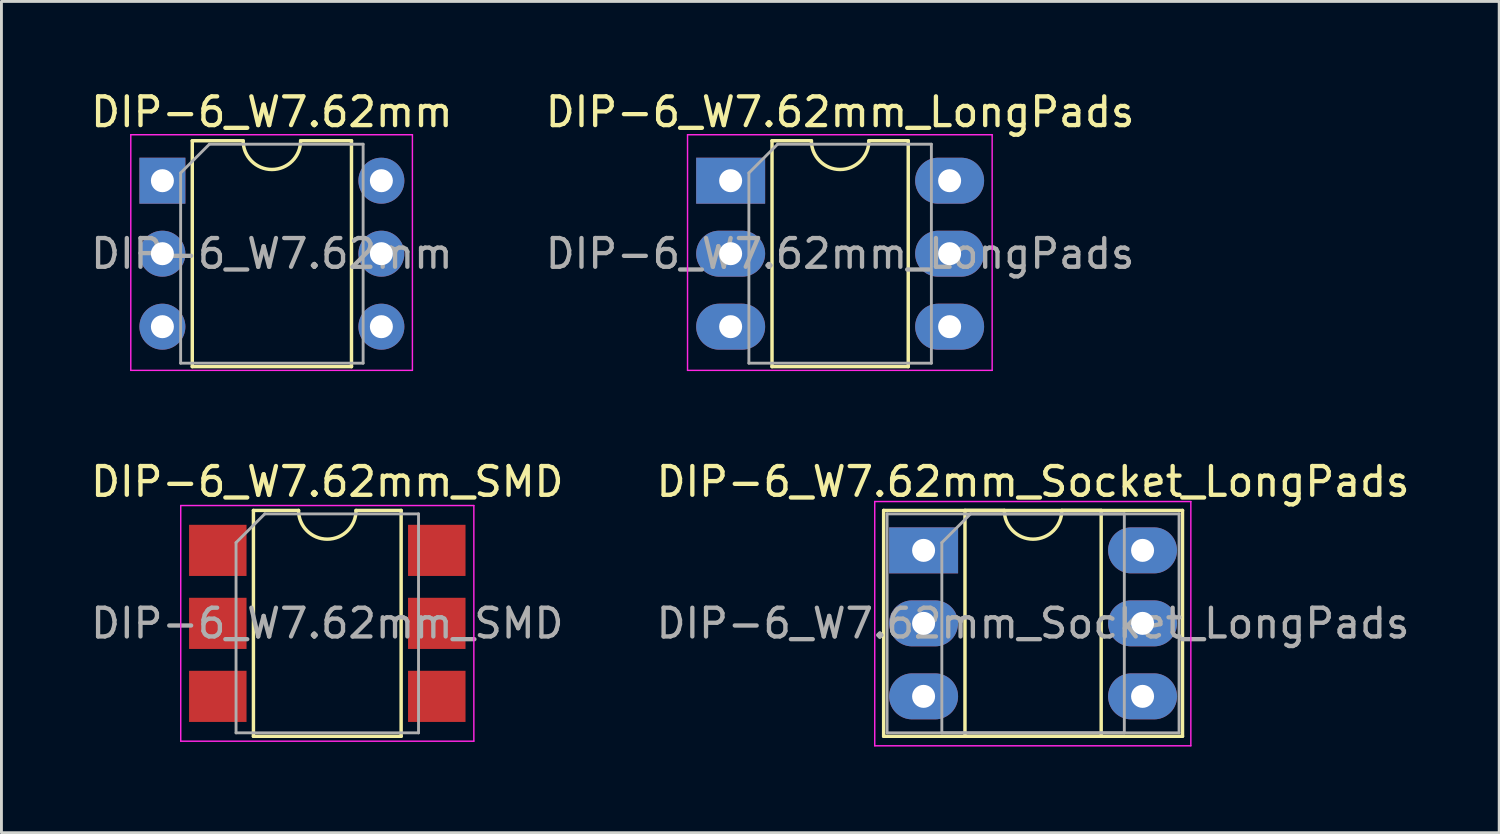
<source format=kicad_pcb>
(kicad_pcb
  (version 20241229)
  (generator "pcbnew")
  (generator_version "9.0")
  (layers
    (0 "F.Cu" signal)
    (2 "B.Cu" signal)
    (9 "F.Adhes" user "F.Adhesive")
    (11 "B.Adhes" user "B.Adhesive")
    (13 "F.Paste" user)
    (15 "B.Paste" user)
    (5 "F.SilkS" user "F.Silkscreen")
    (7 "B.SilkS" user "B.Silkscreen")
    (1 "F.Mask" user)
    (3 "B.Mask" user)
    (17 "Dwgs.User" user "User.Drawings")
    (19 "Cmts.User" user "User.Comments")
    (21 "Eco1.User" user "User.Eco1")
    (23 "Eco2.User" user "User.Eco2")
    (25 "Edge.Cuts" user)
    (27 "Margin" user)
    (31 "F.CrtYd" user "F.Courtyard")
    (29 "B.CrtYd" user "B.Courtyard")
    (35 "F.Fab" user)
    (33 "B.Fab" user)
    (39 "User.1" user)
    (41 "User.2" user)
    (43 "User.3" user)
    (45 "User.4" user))
  (footprint "DIP-6_W7.62mm_Socket_LongPads"
    (layer "F.Cu")
    (at 29.089 16.102)
    (property "Reference" "DIP-6_W7.62mm_Socket_LongPads" (at 3.81 -2.39 0) (layer "F.SilkS") (effects (font (size 1 1) (thickness 0.15))))
    (attr through_hole)
    (fp_line (start -1.39 -1.39) (end -1.39 6.47) (stroke (width 0.12) (type solid)) (layer "F.SilkS"))
    (fp_line (start -1.39 6.47) (end 9.01 6.47) (stroke (width 0.12) (type solid)) (layer "F.SilkS"))
    (fp_line (start 1.44 -1.39) (end 1.44 6.47) (stroke (width 0.12) (type solid)) (layer "F.SilkS"))
    (fp_line (start 1.44 6.47) (end 6.18 6.47) (stroke (width 0.12) (type solid)) (layer "F.SilkS"))
    (fp_line (start 2.81 -1.39) (end 1.44 -1.39) (stroke (width 0.12) (type solid)) (layer "F.SilkS"))
    (fp_line (start 6.18 -1.39) (end 4.81 -1.39) (stroke (width 0.12) (type solid)) (layer "F.SilkS"))
    (fp_line (start 6.18 6.47) (end 6.18 -1.39) (stroke (width 0.12) (type solid)) (layer "F.SilkS"))
    (fp_line (start 9.01 -1.39) (end -1.39 -1.39) (stroke (width 0.12) (type solid)) (layer "F.SilkS"))
    (fp_line (start 9.01 6.47) (end 9.01 -1.39) (stroke (width 0.12) (type solid)) (layer "F.SilkS"))
    (fp_arc (start 4.81 -1.39) (mid 3.81 -0.39) (end 2.81 -1.39) (stroke (width 0.12) (type solid)) (layer "F.SilkS"))
    (fp_line (start -1.7 -1.7) (end -1.7 6.8) (stroke (width 0.05) (type solid)) (layer "F.CrtYd"))
    (fp_line (start -1.7 6.8) (end 9.3 6.8) (stroke (width 0.05) (type solid)) (layer "F.CrtYd"))
    (fp_line (start 9.3 -1.7) (end -1.7 -1.7) (stroke (width 0.05) (type solid)) (layer "F.CrtYd"))
    (fp_line (start 9.3 6.8) (end 9.3 -1.7) (stroke (width 0.05) (type solid)) (layer "F.CrtYd"))
    (fp_line (start -1.27 -1.27) (end -1.27 6.35) (stroke (width 0.1) (type solid)) (layer "F.Fab"))
    (fp_line (start -1.27 6.35) (end 8.89 6.35) (stroke (width 0.1) (type solid)) (layer "F.Fab"))
    (fp_line (start 0.635 -0.27) (end 1.635 -1.27) (stroke (width 0.1) (type solid)) (layer "F.Fab"))
    (fp_line (start 0.635 6.35) (end 0.635 -0.27) (stroke (width 0.1) (type solid)) (layer "F.Fab"))
    (fp_line (start 1.635 -1.27) (end 6.985 -1.27) (stroke (width 0.1) (type solid)) (layer "F.Fab"))
    (fp_line (start 6.985 -1.27) (end 6.985 6.35) (stroke (width 0.1) (type solid)) (layer "F.Fab"))
    (fp_line (start 6.985 6.35) (end 0.635 6.35) (stroke (width 0.1) (type solid)) (layer "F.Fab"))
    (fp_line (start 8.89 -1.27) (end -1.27 -1.27) (stroke (width 0.1) (type solid)) (layer "F.Fab"))
    (fp_line (start 8.89 6.35) (end 8.89 -1.27) (stroke (width 0.1) (type solid)) (layer "F.Fab"))
    (fp_text user "${REFERENCE}" (at 3.81 2.54 0) (layer "F.Fab") (effects (font (size 1 1) (thickness 0.15))))
    (pad "1" thru_hole rect (at 0 0) (size 2.4 1.6) (drill 0.8) (layers "*.Cu" "*.Mask"))
    (pad "2" thru_hole oval (at 0 2.54) (size 2.4 1.6) (drill 0.8) (layers "*.Cu" "*.Mask"))
    (pad "3" thru_hole oval (at 0 5.08) (size 2.4 1.6) (drill 0.8) (layers "*.Cu" "*.Mask"))
    (pad "4" thru_hole oval (at 7.62 5.08) (size 2.4 1.6) (drill 0.8) (layers "*.Cu" "*.Mask"))
    (pad "5" thru_hole oval (at 7.62 2.54) (size 2.4 1.6) (drill 0.8) (layers "*.Cu" "*.Mask"))
    (pad "6" thru_hole oval (at 7.62 0) (size 2.4 1.6) (drill 0.8) (layers "*.Cu" "*.Mask")))
  (footprint "DIP-6_W7.62mm_SMD"
    (layer "F.Cu")
    (at 8.339 18.642)
    (property "Reference" "DIP-6_W7.62mm_SMD" (at 0 -4.93 0) (layer "F.SilkS") (effects (font (size 1 1) (thickness 0.15))))
    (attr smd)
    (fp_line (start -2.57 -3.93) (end -2.57 3.93) (stroke (width 0.12) (type solid)) (layer "F.SilkS"))
    (fp_line (start -2.57 3.93) (end 2.57 3.93) (stroke (width 0.12) (type solid)) (layer "F.SilkS"))
    (fp_line (start -1 -3.93) (end -2.57 -3.93) (stroke (width 0.12) (type solid)) (layer "F.SilkS"))
    (fp_line (start 2.57 -3.93) (end 1 -3.93) (stroke (width 0.12) (type solid)) (layer "F.SilkS"))
    (fp_line (start 2.57 3.93) (end 2.57 -3.93) (stroke (width 0.12) (type solid)) (layer "F.SilkS"))
    (fp_arc (start 1 -3.93) (mid 0 -2.93) (end -1 -3.93) (stroke (width 0.12) (type solid)) (layer "F.SilkS"))
    (fp_line (start -5.1 -4.1) (end -5.1 4.1) (stroke (width 0.05) (type solid)) (layer "F.CrtYd"))
    (fp_line (start -5.1 4.1) (end 5.1 4.1) (stroke (width 0.05) (type solid)) (layer "F.CrtYd"))
    (fp_line (start 5.1 -4.1) (end -5.1 -4.1) (stroke (width 0.05) (type solid)) (layer "F.CrtYd"))
    (fp_line (start 5.1 4.1) (end 5.1 -4.1) (stroke (width 0.05) (type solid)) (layer "F.CrtYd"))
    (fp_line (start -3.175 -2.81) (end -2.175 -3.81) (stroke (width 0.1) (type solid)) (layer "F.Fab"))
    (fp_line (start -3.175 3.81) (end -3.175 -2.81) (stroke (width 0.1) (type solid)) (layer "F.Fab"))
    (fp_line (start -2.175 -3.81) (end 3.175 -3.81) (stroke (width 0.1) (type solid)) (layer "F.Fab"))
    (fp_line (start 3.175 -3.81) (end 3.175 3.81) (stroke (width 0.1) (type solid)) (layer "F.Fab"))
    (fp_line (start 3.175 3.81) (end -3.175 3.81) (stroke (width 0.1) (type solid)) (layer "F.Fab"))
    (fp_text user "${REFERENCE}" (at 0 0 0) (layer "F.Fab") (effects (font (size 1 1) (thickness 0.15))))
    (pad "1" smd rect (at -3.81 -2.54) (size 2 1.78) (layers "F.Cu" "F.Mask" "F.Paste"))
    (pad "2" smd rect (at -3.81 0) (size 2 1.78) (layers "F.Cu" "F.Mask" "F.Paste"))
    (pad "3" smd rect (at -3.81 2.54) (size 2 1.78) (layers "F.Cu" "F.Mask" "F.Paste"))
    (pad "4" smd rect (at 3.81 2.54) (size 2 1.78) (layers "F.Cu" "F.Mask" "F.Paste"))
    (pad "5" smd rect (at 3.81 0) (size 2 1.78) (layers "F.Cu" "F.Mask" "F.Paste"))
    (pad "6" smd rect (at 3.81 -2.54) (size 2 1.78) (layers "F.Cu" "F.Mask" "F.Paste")))
  (footprint "DIP-6_W7.62mm_LongPads"
    (layer "F.Cu")
    (at 22.375 3.238)
    (property "Reference" "DIP-6_W7.62mm_LongPads" (at 3.81 -2.39 0) (layer "F.SilkS") (effects (font (size 1 1) (thickness 0.15))))
    (attr through_hole)
    (fp_line (start 1.44 -1.39) (end 1.44 6.47) (stroke (width 0.12) (type solid)) (layer "F.SilkS"))
    (fp_line (start 1.44 6.47) (end 6.18 6.47) (stroke (width 0.12) (type solid)) (layer "F.SilkS"))
    (fp_line (start 2.81 -1.39) (end 1.44 -1.39) (stroke (width 0.12) (type solid)) (layer "F.SilkS"))
    (fp_line (start 6.18 -1.39) (end 4.81 -1.39) (stroke (width 0.12) (type solid)) (layer "F.SilkS"))
    (fp_line (start 6.18 6.47) (end 6.18 -1.39) (stroke (width 0.12) (type solid)) (layer "F.SilkS"))
    (fp_arc (start 4.81 -1.39) (mid 3.81 -0.39) (end 2.81 -1.39) (stroke (width 0.12) (type solid)) (layer "F.SilkS"))
    (fp_line (start -1.5 -1.6) (end -1.5 6.6) (stroke (width 0.05) (type solid)) (layer "F.CrtYd"))
    (fp_line (start -1.5 6.6) (end 9.1 6.6) (stroke (width 0.05) (type solid)) (layer "F.CrtYd"))
    (fp_line (start 9.1 -1.6) (end -1.5 -1.6) (stroke (width 0.05) (type solid)) (layer "F.CrtYd"))
    (fp_line (start 9.1 6.6) (end 9.1 -1.6) (stroke (width 0.05) (type solid)) (layer "F.CrtYd"))
    (fp_line (start 0.635 -0.27) (end 1.635 -1.27) (stroke (width 0.1) (type solid)) (layer "F.Fab"))
    (fp_line (start 0.635 6.35) (end 0.635 -0.27) (stroke (width 0.1) (type solid)) (layer "F.Fab"))
    (fp_line (start 1.635 -1.27) (end 6.985 -1.27) (stroke (width 0.1) (type solid)) (layer "F.Fab"))
    (fp_line (start 6.985 -1.27) (end 6.985 6.35) (stroke (width 0.1) (type solid)) (layer "F.Fab"))
    (fp_line (start 6.985 6.35) (end 0.635 6.35) (stroke (width 0.1) (type solid)) (layer "F.Fab"))
    (fp_text user "${REFERENCE}" (at 3.81 2.54 0) (layer "F.Fab") (effects (font (size 1 1) (thickness 0.15))))
    (pad "1" thru_hole rect (at 0 0) (size 2.4 1.6) (drill 0.8) (layers "*.Cu" "*.Mask"))
    (pad "2" thru_hole oval (at 0 2.54) (size 2.4 1.6) (drill 0.8) (layers "*.Cu" "*.Mask"))
    (pad "3" thru_hole oval (at 0 5.08) (size 2.4 1.6) (drill 0.8) (layers "*.Cu" "*.Mask"))
    (pad "4" thru_hole oval (at 7.62 5.08) (size 2.4 1.6) (drill 0.8) (layers "*.Cu" "*.Mask"))
    (pad "5" thru_hole oval (at 7.62 2.54) (size 2.4 1.6) (drill 0.8) (layers "*.Cu" "*.Mask"))
    (pad "6" thru_hole oval (at 7.62 0) (size 2.4 1.6) (drill 0.8) (layers "*.Cu" "*.Mask")))
  (footprint "DIP-6_W7.62mm"
    (layer "F.Cu")
    (at 2.601 3.238)
    (property "Reference" "DIP-6_W7.62mm" (at 3.81 -2.39 0) (layer "F.SilkS") (effects (font (size 1 1) (thickness 0.15))))
    (attr through_hole)
    (fp_line (start 1.04 -1.39) (end 1.04 6.47) (stroke (width 0.12) (type solid)) (layer "F.SilkS"))
    (fp_line (start 1.04 6.47) (end 6.58 6.47) (stroke (width 0.12) (type solid)) (layer "F.SilkS"))
    (fp_line (start 2.81 -1.39) (end 1.04 -1.39) (stroke (width 0.12) (type solid)) (layer "F.SilkS"))
    (fp_line (start 6.58 -1.39) (end 4.81 -1.39) (stroke (width 0.12) (type solid)) (layer "F.SilkS"))
    (fp_line (start 6.58 6.47) (end 6.58 -1.39) (stroke (width 0.12) (type solid)) (layer "F.SilkS"))
    (fp_arc (start 4.81 -1.39) (mid 3.81 -0.39) (end 2.81 -1.39) (stroke (width 0.12) (type solid)) (layer "F.SilkS"))
    (fp_line (start -1.1 -1.6) (end -1.1 6.6) (stroke (width 0.05) (type solid)) (layer "F.CrtYd"))
    (fp_line (start -1.1 6.6) (end 8.7 6.6) (stroke (width 0.05) (type solid)) (layer "F.CrtYd"))
    (fp_line (start 8.7 -1.6) (end -1.1 -1.6) (stroke (width 0.05) (type solid)) (layer "F.CrtYd"))
    (fp_line (start 8.7 6.6) (end 8.7 -1.6) (stroke (width 0.05) (type solid)) (layer "F.CrtYd"))
    (fp_line (start 0.635 -0.27) (end 1.635 -1.27) (stroke (width 0.1) (type solid)) (layer "F.Fab"))
    (fp_line (start 0.635 6.35) (end 0.635 -0.27) (stroke (width 0.1) (type solid)) (layer "F.Fab"))
    (fp_line (start 1.635 -1.27) (end 6.985 -1.27) (stroke (width 0.1) (type solid)) (layer "F.Fab"))
    (fp_line (start 6.985 -1.27) (end 6.985 6.35) (stroke (width 0.1) (type solid)) (layer "F.Fab"))
    (fp_line (start 6.985 6.35) (end 0.635 6.35) (stroke (width 0.1) (type solid)) (layer "F.Fab"))
    (fp_text user "${REFERENCE}" (at 3.81 2.54 0) (layer "F.Fab") (effects (font (size 1 1) (thickness 0.15))))
    (pad "1" thru_hole rect (at 0 0) (size 1.6 1.6) (drill 0.8) (layers "*.Cu" "*.Mask"))
    (pad "2" thru_hole oval (at 0 2.54) (size 1.6 1.6) (drill 0.8) (layers "*.Cu" "*.Mask"))
    (pad "3" thru_hole oval (at 0 5.08) (size 1.6 1.6) (drill 0.8) (layers "*.Cu" "*.Mask"))
    (pad "4" thru_hole oval (at 7.62 5.08) (size 1.6 1.6) (drill 0.8) (layers "*.Cu" "*.Mask"))
    (pad "5" thru_hole oval (at 7.62 2.54) (size 1.6 1.6) (drill 0.8) (layers "*.Cu" "*.Mask"))
    (pad "6" thru_hole oval (at 7.62 0) (size 1.6 1.6) (drill 0.8) (layers "*.Cu" "*.Mask")))
  (gr_rect
    (start -3 -3)
    (end 49.119 25.927)
    (stroke (width 0.1) (type default))
    (fill no)
    (layer "Edge.Cuts")))
</source>
